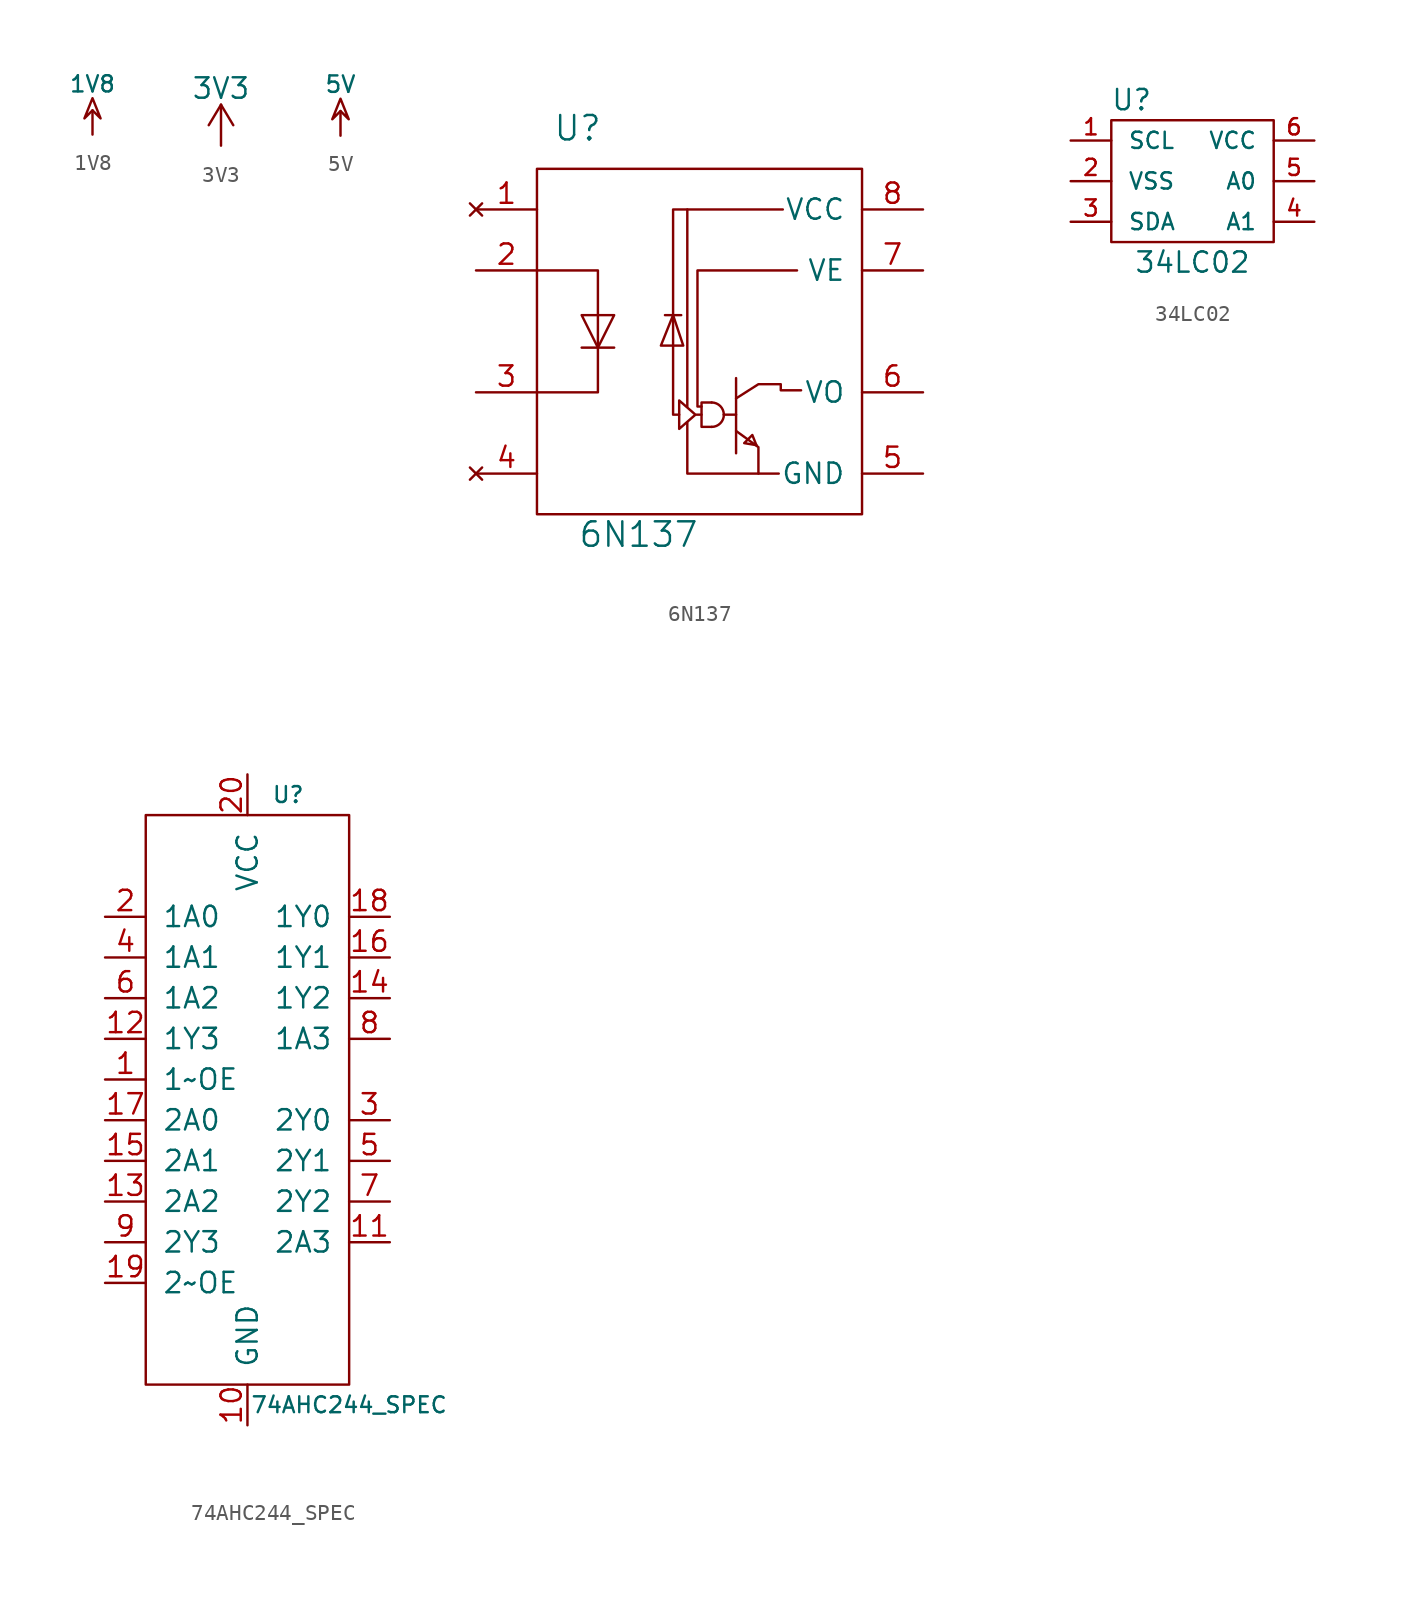
<source format=kicad_sym>
(kicad_symbol_lib
  (version 20210619)
  (generator kicad_symbol_editor)
  (symbol "tinkerforge:1V8"
    (power)
    (pin_names
      (offset 0))
    (property "Reference" "#PWR"
      (at 0 2.54 0)
      (effects (font (size 1.016 1.016)) hide))
    (property "Value" "1V8"
      (at 0 3.175 0)
      (effects (font (size 1.016 1.016))))
    (property "Footprint" ""
      (at 0 0 0)
      (effects (font (size 1.524 1.524))))
    (property "Datasheet" ""
      (at 0 0 0)
      (effects (font (size 1.524 1.524))))
    (symbol "1V8_0_0"
      (pin power_in line (at 0 0 90) (length 0) hide (name "1V8" (effects (font (size 0.762 0.762)))) (number "1" (effects (font (size 0.762 0.762))))))
    (symbol "1V8_0_1"
      (polyline (pts (xy 0 1.524) (xy 0 0)) (stroke (width 0)) (fill (type none)))
      (polyline (pts (xy 0 1.524) (xy 0.508 1.016) (xy 0 2.286) (xy -0.508 1.016) (xy 0 1.524) (xy 0 1.524)) (stroke (width 0)) (fill (type none)))))
  (symbol "tinkerforge:3V3"
    (power)
    (pin_names
      (offset 0))
    (property "Reference" "#PWR"
      (at 0 -3.81 0)
      (effects (font (size 1.27 1.27)) hide))
    (property "Value" "3V3"
      (at 0 3.556 0)
      (effects (font (size 1.27 1.27))))
    (property "Footprint" ""
      (at 0 0 0)
      (effects (font (size 1.27 1.27))))
    (property "Datasheet" ""
      (at 0 0 0)
      (effects (font (size 1.27 1.27))))
    (symbol "3V3_0_1"
      (polyline (pts (xy -0.762 1.27) (xy 0 2.54)) (stroke (width 0)) (fill (type none)))
      (polyline (pts (xy 0 0) (xy 0 2.54)) (stroke (width 0)) (fill (type none)))
      (polyline (pts (xy 0 2.54) (xy 0.762 1.27)) (stroke (width 0)) (fill (type none))))
    (symbol "3V3_1_1"
      (pin power_in line (at 0 0 90) (length 0) hide (name "3V3" (effects (font (size 1.27 1.27)))) (number "1" (effects (font (size 1.27 1.27)))))))
  (symbol "tinkerforge:5V"
    (power)
    (pin_names
      (offset 0))
    (property "Reference" "#PWR"
      (at 0 2.54 0)
      (effects (font (size 1.016 1.016)) hide))
    (property "Value" "5V"
      (at 0 3.175 0)
      (effects (font (size 1.016 1.016))))
    (property "Footprint" ""
      (at 0 0 0)
      (effects (font (size 1.524 1.524))))
    (property "Datasheet" ""
      (at 0 0 0)
      (effects (font (size 1.524 1.524))))
    (symbol "5V_0_0"
      (pin power_in line (at 0 0 90) (length 0) hide (name "5V" (effects (font (size 0.762 0.762)))) (number "1" (effects (font (size 0.762 0.762))))))
    (symbol "5V_0_1"
      (polyline (pts (xy 0 1.524) (xy 0 0)) (stroke (width 0)) (fill (type none)))
      (polyline (pts (xy 0 1.524) (xy 0.508 1.016) (xy 0 2.286) (xy -0.508 1.016) (xy 0 1.524) (xy 0 1.524)) (stroke (width 0)) (fill (type none)))))
  (symbol "tinkerforge:6N137"
    (pin_names
      (offset 1.016))
    (property "Reference" "U"
      (at -7.62 12.7 0)
      (effects (font (size 1.524 1.524))))
    (property "Value" "6N137"
      (at -3.81 -12.7 0)
      (effects (font (size 1.524 1.524))))
    (property "Footprint" ""
      (at 0 0 0)
      (effects (font (size 1.524 1.524))))
    (property "Datasheet" ""
      (at 0 0 0)
      (effects (font (size 1.524 1.524))))
    (symbol "6N137_0_1"
      (arc (start 1.524 -5.207) (end 0.762 -4.445) (radius (at 0.762 -5.207) (length 0.762) (angles 0 90)) (stroke (width 0)) (fill (type none)))
      (arc (start 1.524 -5.207) (end 0.762 -5.969) (radius (at 0.762 -5.207) (length 0.762) (angles 0 -90)) (stroke (width 0)) (fill (type none)))
      (rectangle (start -10.16 10.16) (end 10.16 -11.43) (stroke (width 0)) (fill (type none)))
      (polyline (pts (xy -7.366 -1.016) (xy -5.334 -1.016)) (stroke (width 0)) (fill (type none)))
      (polyline (pts (xy -2.159 1.016) (xy -1.143 1.016)) (stroke (width 0)) (fill (type none)))
      (polyline (pts (xy -0.762 -4.699) (xy -0.762 7.62)) (stroke (width 0)) (fill (type none)))
      (polyline (pts (xy 2.286 -5.207) (xy 1.524 -5.207)) (stroke (width 0)) (fill (type none)))
      (polyline (pts (xy 2.286 -2.921) (xy 2.286 -7.62)) (stroke (width 0)) (fill (type none)))
      (polyline (pts (xy 3.048 -6.731) (xy 2.794 -6.985) (xy 3.556 -7.112)) (stroke (width 0)) (fill (type none)))
      (polyline (pts (xy 3.048 -6.731) (xy 3.302 -6.477) (xy 3.556 -7.112)) (stroke (width 0)) (fill (type none)))
      (polyline (pts (xy 3.683 -8.89) (xy -0.762 -8.89) (xy -0.762 -5.715)) (stroke (width 0)) (fill (type none)))
      (polyline (pts (xy -10.16 3.81) (xy -6.35 3.81) (xy -6.35 -3.81) (xy -10.16 -3.81)) (stroke (width 0)) (fill (type none)))
      (polyline (pts (xy -6.35 -1.016) (xy -7.366 1.016) (xy -5.334 1.016) (xy -6.35 -1.016)) (stroke (width 0)) (fill (type none)))
      (polyline (pts (xy -1.651 1.016) (xy -2.413 -0.889) (xy -1.016 -0.889) (xy -1.651 1.016)) (stroke (width 0)) (fill (type none)))
      (polyline (pts (xy -1.27 -5.207) (xy -1.651 -5.207) (xy -1.651 7.62) (xy 5.207 7.62)) (stroke (width 0)) (fill (type none)))
      (polyline (pts (xy 0.762 -4.445) (xy 0.127 -4.445) (xy 0.127 -5.969) (xy 0.762 -5.969)) (stroke (width 0)) (fill (type none)))
      (polyline (pts (xy 4.953 -8.89) (xy 3.683 -8.89) (xy 3.683 -7.239) (xy 2.286 -6.223)) (stroke (width 0)) (fill (type none)))
      (polyline (pts (xy 0.127 -5.207) (xy -0.254 -5.207) (xy -1.27 -4.318) (xy -1.27 -6.096) (xy -0.254 -5.207)) (stroke (width 0)) (fill (type none)))
      (polyline (pts (xy 0.127 -4.699) (xy -0.127 -4.699) (xy -0.127 0.508) (xy -0.127 3.81) (xy 6.096 3.81)) (stroke (width 0)) (fill (type none)))
      (polyline (pts (xy 2.286 -4.191) (xy 3.683 -3.302) (xy 5.08 -3.302) (xy 5.08 -3.683) (xy 6.35 -3.683)) (stroke (width 0)) (fill (type none))))
    (symbol "6N137_1_1"
      (pin no_connect line (at -13.97 7.62 0) (length 3.81) (name "~" (effects (font (size 1.27 1.27)))) (number "1" (effects (font (size 1.27 1.27)))))
      (pin passive line (at -13.97 3.81 0) (length 3.81) (name "~" (effects (font (size 1.27 1.27)))) (number "2" (effects (font (size 1.27 1.27)))))
      (pin passive line (at -13.97 -3.81 0) (length 3.81) (name "~" (effects (font (size 1.27 1.27)))) (number "3" (effects (font (size 1.27 1.27)))))
      (pin no_connect line (at -13.97 -8.89 0) (length 3.81) (name "~" (effects (font (size 1.27 1.27)))) (number "4" (effects (font (size 1.27 1.27)))))
      (pin passive line (at 13.97 -8.89 180) (length 3.81) (name "GND" (effects (font (size 1.27 1.27)))) (number "5" (effects (font (size 1.27 1.27)))))
      (pin passive line (at 13.97 -3.81 180) (length 3.81) (name "VO" (effects (font (size 1.27 1.27)))) (number "6" (effects (font (size 1.27 1.27)))))
      (pin passive line (at 13.97 3.81 180) (length 3.81) (name "VE" (effects (font (size 1.27 1.27)))) (number "7" (effects (font (size 1.27 1.27)))))
      (pin passive line (at 13.97 7.62 180) (length 3.81) (name "VCC" (effects (font (size 1.27 1.27)))) (number "8" (effects (font (size 1.27 1.27)))))))
  (symbol "tinkerforge:34LC02"
    (pin_names
      (offset 1.016))
    (property "Reference" "U"
      (at -3.81 5.08 0)
      (effects (font (size 1.27 1.27))))
    (property "Value" "34LC02"
      (at 0 -5.08 0)
      (effects (font (size 1.27 1.27))))
    (symbol "34LC02_0_0"
      (pin passive line (at -7.62 2.54 0) (length 2.54) (name "SCL" (effects (font (size 1.016 1.016)))) (number "1" (effects (font (size 1.016 1.016)))))
      (pin power_in line (at -7.62 0 0) (length 2.54) (name "VSS" (effects (font (size 1.016 1.016)))) (number "2" (effects (font (size 1.016 1.016)))))
      (pin passive line (at -7.62 -2.54 0) (length 2.54) (name "SDA" (effects (font (size 1.016 1.016)))) (number "3" (effects (font (size 1.016 1.016)))))
      (pin passive line (at 7.62 -2.54 180) (length 2.54) (name "A1" (effects (font (size 1.016 1.016)))) (number "4" (effects (font (size 1.016 1.016)))))
      (pin passive line (at 7.62 0 180) (length 2.54) (name "A0" (effects (font (size 1.016 1.016)))) (number "5" (effects (font (size 1.016 1.016)))))
      (pin power_in line (at 7.62 2.54 180) (length 2.54) (name "VCC" (effects (font (size 1.016 1.016)))) (number "6" (effects (font (size 1.016 1.016))))))
    (symbol "34LC02_0_1"
      (rectangle (start -5.08 3.81) (end 5.08 -3.81) (stroke (width 0)) (fill (type none)))))
  (symbol "tinkerforge:74AHC244_SPEC"
    (pin_names
      (offset 1.016))
    (property "Reference" "U"
      (at 2.54 19.05 0)
      (effects (font (size 0.991 0.991))))
    (property "Value" "74AHC244_SPEC"
      (at 6.35 -19.05 0)
      (effects (font (size 0.991 0.991))))
    (symbol "74AHC244_SPEC_0_1"
      (rectangle (start -6.35 17.78) (end 6.35 -17.78) (stroke (width 0)) (fill (type none))))
    (symbol "74AHC244_SPEC_1_1"
      (pin passive line (at -8.89 1.27 0) (length 2.54) (name "1~OE" (effects (font (size 1.27 1.27)))) (number "1" (effects (font (size 1.27 1.27)))))
      (pin passive line (at 0 -20.32 90) (length 2.54) (name "GND" (effects (font (size 1.27 1.27)))) (number "10" (effects (font (size 1.27 1.27)))))
      (pin passive line (at 8.89 -8.89 180) (length 2.54) (name "2A3" (effects (font (size 1.27 1.27)))) (number "11" (effects (font (size 1.27 1.27)))))
      (pin passive line (at -8.89 3.81 0) (length 2.54) (name "1Y3" (effects (font (size 1.27 1.27)))) (number "12" (effects (font (size 1.27 1.27)))))
      (pin passive line (at -8.89 -6.35 0) (length 2.54) (name "2A2" (effects (font (size 1.27 1.27)))) (number "13" (effects (font (size 1.27 1.27)))))
      (pin passive line (at 8.89 6.35 180) (length 2.54) (name "1Y2" (effects (font (size 1.27 1.27)))) (number "14" (effects (font (size 1.27 1.27)))))
      (pin passive line (at -8.89 -3.81 0) (length 2.54) (name "2A1" (effects (font (size 1.27 1.27)))) (number "15" (effects (font (size 1.27 1.27)))))
      (pin passive line (at 8.89 8.89 180) (length 2.54) (name "1Y1" (effects (font (size 1.27 1.27)))) (number "16" (effects (font (size 1.27 1.27)))))
      (pin passive line (at -8.89 -1.27 0) (length 2.54) (name "2A0" (effects (font (size 1.27 1.27)))) (number "17" (effects (font (size 1.27 1.27)))))
      (pin passive line (at 8.89 11.43 180) (length 2.54) (name "1Y0" (effects (font (size 1.27 1.27)))) (number "18" (effects (font (size 1.27 1.27)))))
      (pin passive line (at -8.89 -11.43 0) (length 2.54) (name "2~OE" (effects (font (size 1.27 1.27)))) (number "19" (effects (font (size 1.27 1.27)))))
      (pin passive line (at -8.89 11.43 0) (length 2.54) (name "1A0" (effects (font (size 1.27 1.27)))) (number "2" (effects (font (size 1.27 1.27)))))
      (pin passive line (at 0 20.32 270) (length 2.54) (name "VCC" (effects (font (size 1.27 1.27)))) (number "20" (effects (font (size 1.27 1.27)))))
      (pin passive line (at 8.89 -1.27 180) (length 2.54) (name "2Y0" (effects (font (size 1.27 1.27)))) (number "3" (effects (font (size 1.27 1.27)))))
      (pin passive line (at -8.89 8.89 0) (length 2.54) (name "1A1" (effects (font (size 1.27 1.27)))) (number "4" (effects (font (size 1.27 1.27)))))
      (pin passive line (at 8.89 -3.81 180) (length 2.54) (name "2Y1" (effects (font (size 1.27 1.27)))) (number "5" (effects (font (size 1.27 1.27)))))
      (pin passive line (at -8.89 6.35 0) (length 2.54) (name "1A2" (effects (font (size 1.27 1.27)))) (number "6" (effects (font (size 1.27 1.27)))))
      (pin passive line (at 8.89 -6.35 180) (length 2.54) (name "2Y2" (effects (font (size 1.27 1.27)))) (number "7" (effects (font (size 1.27 1.27)))))
      (pin passive line (at 8.89 3.81 180) (length 2.54) (name "1A3" (effects (font (size 1.27 1.27)))) (number "8" (effects (font (size 1.27 1.27)))))
      (pin passive line (at -8.89 -8.89 0) (length 2.54) (name "2Y3" (effects (font (size 1.27 1.27)))) (number "9" (effects (font (size 1.27 1.27))))))))
</source>
